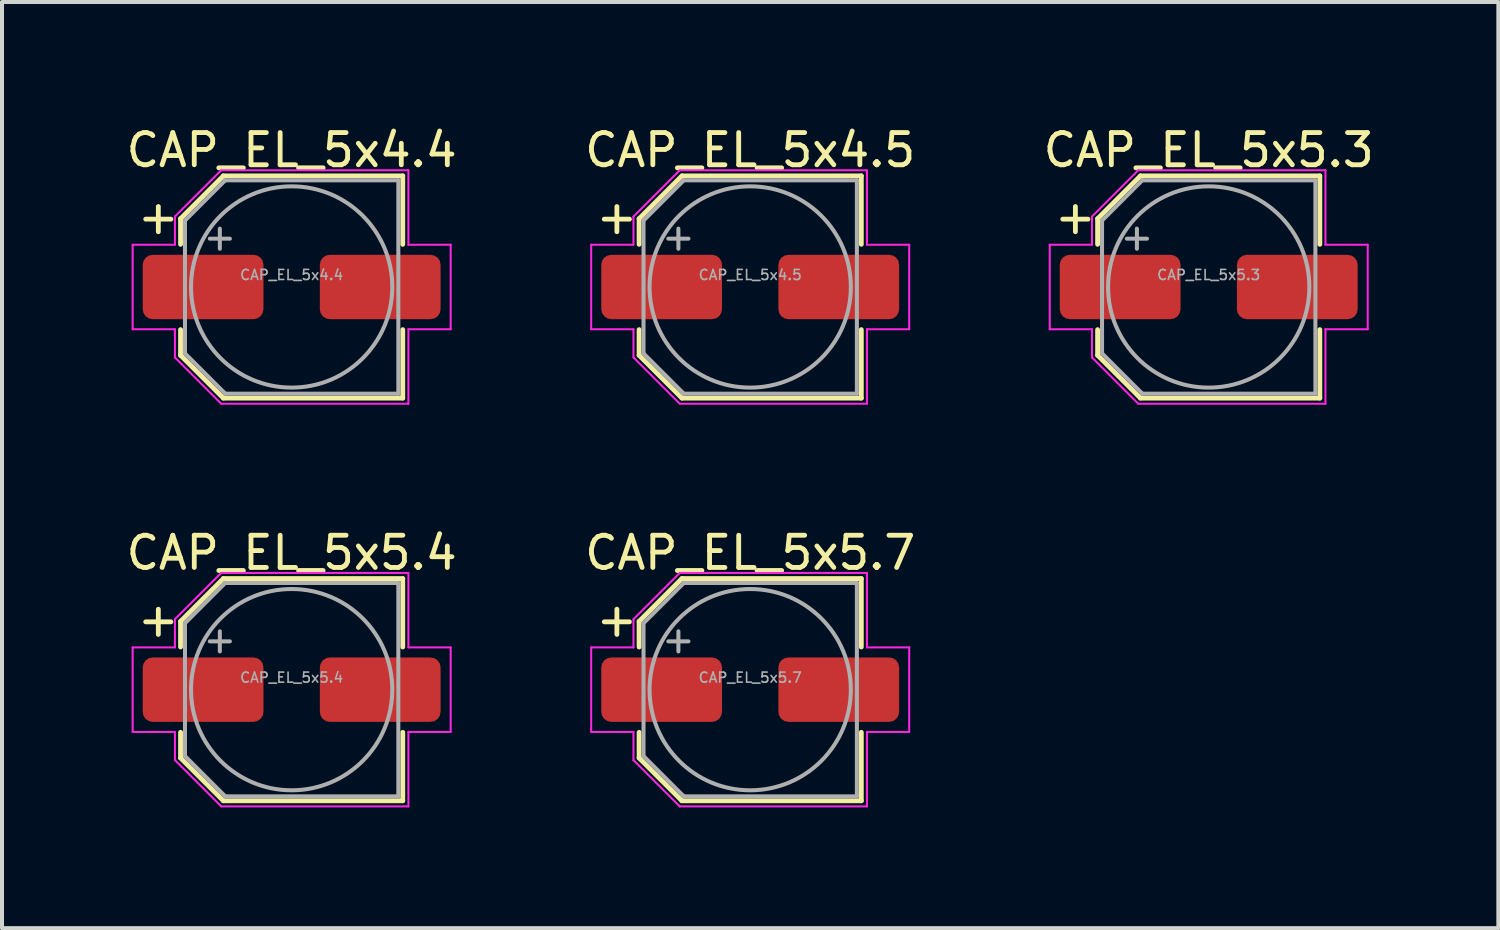
<source format=kicad_pcb>
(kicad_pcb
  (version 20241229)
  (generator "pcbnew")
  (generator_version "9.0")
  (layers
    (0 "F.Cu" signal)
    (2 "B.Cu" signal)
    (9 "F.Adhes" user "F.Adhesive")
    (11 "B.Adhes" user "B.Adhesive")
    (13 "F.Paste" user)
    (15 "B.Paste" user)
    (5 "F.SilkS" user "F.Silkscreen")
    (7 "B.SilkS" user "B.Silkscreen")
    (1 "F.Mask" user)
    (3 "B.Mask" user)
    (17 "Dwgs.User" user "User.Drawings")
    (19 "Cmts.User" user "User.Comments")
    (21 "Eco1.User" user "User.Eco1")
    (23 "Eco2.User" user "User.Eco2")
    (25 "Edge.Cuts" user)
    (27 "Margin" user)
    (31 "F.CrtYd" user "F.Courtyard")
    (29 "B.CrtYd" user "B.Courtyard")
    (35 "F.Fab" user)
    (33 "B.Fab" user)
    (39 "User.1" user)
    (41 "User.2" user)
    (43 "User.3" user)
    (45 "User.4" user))
  (footprint "CAP_EL_5x5.3"
    (layer "F.Cu")
    (at 26.976 4.079)
    (property "Reference" "CAP_EL_5x5.3" (at 0 -3.4 0) (layer "F.SilkS") (effects (font (size 0.8 0.8) (thickness 0.12))))
    (attr smd)
    (fp_line (start -3.625 -1.685) (end -3 -1.685) (stroke (width 0.12) (type solid)) (layer "F.SilkS"))
    (fp_line (start -3.312 -1.998) (end -3.312 -1.373) (stroke (width 0.12) (type solid)) (layer "F.SilkS"))
    (fp_line (start -2.76 -1.696) (end -2.76 -1.06) (stroke (width 0.12) (type solid)) (layer "F.SilkS"))
    (fp_line (start -2.76 -1.696) (end -1.696 -2.76) (stroke (width 0.12) (type solid)) (layer "F.SilkS"))
    (fp_line (start -2.76 1.696) (end -2.76 1.06) (stroke (width 0.12) (type solid)) (layer "F.SilkS"))
    (fp_line (start -2.76 1.696) (end -1.696 2.76) (stroke (width 0.12) (type solid)) (layer "F.SilkS"))
    (fp_line (start -1.696 -2.76) (end 2.76 -2.76) (stroke (width 0.12) (type solid)) (layer "F.SilkS"))
    (fp_line (start -1.696 2.76) (end 2.76 2.76) (stroke (width 0.12) (type solid)) (layer "F.SilkS"))
    (fp_line (start 2.76 -2.76) (end 2.76 -1.06) (stroke (width 0.12) (type solid)) (layer "F.SilkS"))
    (fp_line (start 2.76 2.76) (end 2.76 1.06) (stroke (width 0.12) (type solid)) (layer "F.SilkS"))
    (fp_line (start -3.95 -1.05) (end -3.95 1.05) (stroke (width 0.05) (type solid)) (layer "F.CrtYd"))
    (fp_line (start -3.95 1.05) (end -2.9 1.05) (stroke (width 0.05) (type solid)) (layer "F.CrtYd"))
    (fp_line (start -2.9 -1.75) (end -2.9 -1.05) (stroke (width 0.05) (type solid)) (layer "F.CrtYd"))
    (fp_line (start -2.9 -1.75) (end -1.75 -2.9) (stroke (width 0.05) (type solid)) (layer "F.CrtYd"))
    (fp_line (start -2.9 -1.05) (end -3.95 -1.05) (stroke (width 0.05) (type solid)) (layer "F.CrtYd"))
    (fp_line (start -2.9 1.05) (end -2.9 1.75) (stroke (width 0.05) (type solid)) (layer "F.CrtYd"))
    (fp_line (start -2.9 1.75) (end -1.75 2.9) (stroke (width 0.05) (type solid)) (layer "F.CrtYd"))
    (fp_line (start -1.75 -2.9) (end 2.9 -2.9) (stroke (width 0.05) (type solid)) (layer "F.CrtYd"))
    (fp_line (start -1.75 2.9) (end 2.9 2.9) (stroke (width 0.05) (type solid)) (layer "F.CrtYd"))
    (fp_line (start 2.9 -2.9) (end 2.9 -1.05) (stroke (width 0.05) (type solid)) (layer "F.CrtYd"))
    (fp_line (start 2.9 -1.05) (end 3.95 -1.05) (stroke (width 0.05) (type solid)) (layer "F.CrtYd"))
    (fp_line (start 2.9 1.05) (end 2.9 2.9) (stroke (width 0.05) (type solid)) (layer "F.CrtYd"))
    (fp_line (start 3.95 -1.05) (end 3.95 1.05) (stroke (width 0.05) (type solid)) (layer "F.CrtYd"))
    (fp_line (start 3.95 1.05) (end 2.9 1.05) (stroke (width 0.05) (type solid)) (layer "F.CrtYd"))
    (fp_line (start -2.65 -1.65) (end -2.65 1.65) (stroke (width 0.1) (type solid)) (layer "F.Fab"))
    (fp_line (start -2.65 -1.65) (end -1.65 -2.65) (stroke (width 0.1) (type solid)) (layer "F.Fab"))
    (fp_line (start -2.65 1.65) (end -1.65 2.65) (stroke (width 0.1) (type solid)) (layer "F.Fab"))
    (fp_line (start -2.034 -1.2) (end -1.534 -1.2) (stroke (width 0.1) (type solid)) (layer "F.Fab"))
    (fp_line (start -1.784 -1.45) (end -1.784 -0.95) (stroke (width 0.1) (type solid)) (layer "F.Fab"))
    (fp_line (start -1.65 -2.65) (end 2.65 -2.65) (stroke (width 0.1) (type solid)) (layer "F.Fab"))
    (fp_line (start -1.65 2.65) (end 2.65 2.65) (stroke (width 0.1) (type solid)) (layer "F.Fab"))
    (fp_line (start 2.65 -2.65) (end 2.65 2.65) (stroke (width 0.1) (type solid)) (layer "F.Fab"))
    (fp_circle (center 0 0) (end 2.5 0) (stroke (width 0.1) (type solid)) (fill no) (layer "F.Fab"))
    (fp_text user "${REFERENCE}" (at 0 -0.3 0) (layer "F.Fab") (effects (font (size 0.25 0.25) (thickness 0.04))))
    (pad "1" smd roundrect (at -2.2 0) (size 3 1.6) (layers "F.Cu" "F.Mask" "F.Paste") (roundrect_rratio 0.156))
    (pad "2" smd roundrect (at 2.2 0) (size 3 1.6) (layers "F.Cu" "F.Mask" "F.Paste") (roundrect_rratio 0.156)))
  (footprint "CAP_EL_5x5.7"
    (layer "F.Cu")
    (at 15.586 14.082)
    (property "Reference" "CAP_EL_5x5.7" (at 0 -3.4 0) (layer "F.SilkS") (effects (font (size 0.8 0.8) (thickness 0.12))))
    (attr smd)
    (fp_line (start -3.625 -1.685) (end -3 -1.685) (stroke (width 0.12) (type solid)) (layer "F.SilkS"))
    (fp_line (start -3.312 -1.998) (end -3.312 -1.373) (stroke (width 0.12) (type solid)) (layer "F.SilkS"))
    (fp_line (start -2.76 -1.696) (end -2.76 -1.06) (stroke (width 0.12) (type solid)) (layer "F.SilkS"))
    (fp_line (start -2.76 -1.696) (end -1.696 -2.76) (stroke (width 0.12) (type solid)) (layer "F.SilkS"))
    (fp_line (start -2.76 1.696) (end -2.76 1.06) (stroke (width 0.12) (type solid)) (layer "F.SilkS"))
    (fp_line (start -2.76 1.696) (end -1.696 2.76) (stroke (width 0.12) (type solid)) (layer "F.SilkS"))
    (fp_line (start -1.696 -2.76) (end 2.76 -2.76) (stroke (width 0.12) (type solid)) (layer "F.SilkS"))
    (fp_line (start -1.696 2.76) (end 2.76 2.76) (stroke (width 0.12) (type solid)) (layer "F.SilkS"))
    (fp_line (start 2.76 -2.76) (end 2.76 -1.06) (stroke (width 0.12) (type solid)) (layer "F.SilkS"))
    (fp_line (start 2.76 2.76) (end 2.76 1.06) (stroke (width 0.12) (type solid)) (layer "F.SilkS"))
    (fp_line (start -3.95 -1.05) (end -3.95 1.05) (stroke (width 0.05) (type solid)) (layer "F.CrtYd"))
    (fp_line (start -3.95 1.05) (end -2.9 1.05) (stroke (width 0.05) (type solid)) (layer "F.CrtYd"))
    (fp_line (start -2.9 -1.75) (end -2.9 -1.05) (stroke (width 0.05) (type solid)) (layer "F.CrtYd"))
    (fp_line (start -2.9 -1.75) (end -1.75 -2.9) (stroke (width 0.05) (type solid)) (layer "F.CrtYd"))
    (fp_line (start -2.9 -1.05) (end -3.95 -1.05) (stroke (width 0.05) (type solid)) (layer "F.CrtYd"))
    (fp_line (start -2.9 1.05) (end -2.9 1.75) (stroke (width 0.05) (type solid)) (layer "F.CrtYd"))
    (fp_line (start -2.9 1.75) (end -1.75 2.9) (stroke (width 0.05) (type solid)) (layer "F.CrtYd"))
    (fp_line (start -1.75 -2.9) (end 2.9 -2.9) (stroke (width 0.05) (type solid)) (layer "F.CrtYd"))
    (fp_line (start -1.75 2.9) (end 2.9 2.9) (stroke (width 0.05) (type solid)) (layer "F.CrtYd"))
    (fp_line (start 2.9 -2.9) (end 2.9 -1.05) (stroke (width 0.05) (type solid)) (layer "F.CrtYd"))
    (fp_line (start 2.9 -1.05) (end 3.95 -1.05) (stroke (width 0.05) (type solid)) (layer "F.CrtYd"))
    (fp_line (start 2.9 1.05) (end 2.9 2.9) (stroke (width 0.05) (type solid)) (layer "F.CrtYd"))
    (fp_line (start 3.95 -1.05) (end 3.95 1.05) (stroke (width 0.05) (type solid)) (layer "F.CrtYd"))
    (fp_line (start 3.95 1.05) (end 2.9 1.05) (stroke (width 0.05) (type solid)) (layer "F.CrtYd"))
    (fp_line (start -2.65 -1.65) (end -2.65 1.65) (stroke (width 0.1) (type solid)) (layer "F.Fab"))
    (fp_line (start -2.65 -1.65) (end -1.65 -2.65) (stroke (width 0.1) (type solid)) (layer "F.Fab"))
    (fp_line (start -2.65 1.65) (end -1.65 2.65) (stroke (width 0.1) (type solid)) (layer "F.Fab"))
    (fp_line (start -2.034 -1.2) (end -1.534 -1.2) (stroke (width 0.1) (type solid)) (layer "F.Fab"))
    (fp_line (start -1.784 -1.45) (end -1.784 -0.95) (stroke (width 0.1) (type solid)) (layer "F.Fab"))
    (fp_line (start -1.65 -2.65) (end 2.65 -2.65) (stroke (width 0.1) (type solid)) (layer "F.Fab"))
    (fp_line (start -1.65 2.65) (end 2.65 2.65) (stroke (width 0.1) (type solid)) (layer "F.Fab"))
    (fp_line (start 2.65 -2.65) (end 2.65 2.65) (stroke (width 0.1) (type solid)) (layer "F.Fab"))
    (fp_circle (center 0 0) (end 2.5 0) (stroke (width 0.1) (type solid)) (fill no) (layer "F.Fab"))
    (fp_text user "${REFERENCE}" (at 0 -0.3 0) (layer "F.Fab") (effects (font (size 0.25 0.25) (thickness 0.04))))
    (pad "1" smd roundrect (at -2.2 0) (size 3 1.6) (layers "F.Cu" "F.Mask" "F.Paste") (roundrect_rratio 0.156))
    (pad "2" smd roundrect (at 2.2 0) (size 3 1.6) (layers "F.Cu" "F.Mask" "F.Paste") (roundrect_rratio 0.156)))
  (footprint "CAP_EL_5x4.4"
    (layer "F.Cu")
    (at 4.195 4.079)
    (property "Reference" "CAP_EL_5x4.4" (at 0 -3.4 0) (layer "F.SilkS") (effects (font (size 0.8 0.8) (thickness 0.12))))
    (attr smd)
    (fp_line (start -3.625 -1.685) (end -3 -1.685) (stroke (width 0.12) (type solid)) (layer "F.SilkS"))
    (fp_line (start -3.312 -1.998) (end -3.312 -1.373) (stroke (width 0.12) (type solid)) (layer "F.SilkS"))
    (fp_line (start -2.76 -1.696) (end -2.76 -1.06) (stroke (width 0.12) (type solid)) (layer "F.SilkS"))
    (fp_line (start -2.76 -1.696) (end -1.696 -2.76) (stroke (width 0.12) (type solid)) (layer "F.SilkS"))
    (fp_line (start -2.76 1.696) (end -2.76 1.06) (stroke (width 0.12) (type solid)) (layer "F.SilkS"))
    (fp_line (start -2.76 1.696) (end -1.696 2.76) (stroke (width 0.12) (type solid)) (layer "F.SilkS"))
    (fp_line (start -1.696 -2.76) (end 2.76 -2.76) (stroke (width 0.12) (type solid)) (layer "F.SilkS"))
    (fp_line (start -1.696 2.76) (end 2.76 2.76) (stroke (width 0.12) (type solid)) (layer "F.SilkS"))
    (fp_line (start 2.76 -2.76) (end 2.76 -1.06) (stroke (width 0.12) (type solid)) (layer "F.SilkS"))
    (fp_line (start 2.76 2.76) (end 2.76 1.06) (stroke (width 0.12) (type solid)) (layer "F.SilkS"))
    (fp_line (start -3.95 -1.05) (end -3.95 1.05) (stroke (width 0.05) (type solid)) (layer "F.CrtYd"))
    (fp_line (start -3.95 1.05) (end -2.9 1.05) (stroke (width 0.05) (type solid)) (layer "F.CrtYd"))
    (fp_line (start -2.9 -1.75) (end -2.9 -1.05) (stroke (width 0.05) (type solid)) (layer "F.CrtYd"))
    (fp_line (start -2.9 -1.75) (end -1.75 -2.9) (stroke (width 0.05) (type solid)) (layer "F.CrtYd"))
    (fp_line (start -2.9 -1.05) (end -3.95 -1.05) (stroke (width 0.05) (type solid)) (layer "F.CrtYd"))
    (fp_line (start -2.9 1.05) (end -2.9 1.75) (stroke (width 0.05) (type solid)) (layer "F.CrtYd"))
    (fp_line (start -2.9 1.75) (end -1.75 2.9) (stroke (width 0.05) (type solid)) (layer "F.CrtYd"))
    (fp_line (start -1.75 -2.9) (end 2.9 -2.9) (stroke (width 0.05) (type solid)) (layer "F.CrtYd"))
    (fp_line (start -1.75 2.9) (end 2.9 2.9) (stroke (width 0.05) (type solid)) (layer "F.CrtYd"))
    (fp_line (start 2.9 -2.9) (end 2.9 -1.05) (stroke (width 0.05) (type solid)) (layer "F.CrtYd"))
    (fp_line (start 2.9 -1.05) (end 3.95 -1.05) (stroke (width 0.05) (type solid)) (layer "F.CrtYd"))
    (fp_line (start 2.9 1.05) (end 2.9 2.9) (stroke (width 0.05) (type solid)) (layer "F.CrtYd"))
    (fp_line (start 3.95 -1.05) (end 3.95 1.05) (stroke (width 0.05) (type solid)) (layer "F.CrtYd"))
    (fp_line (start 3.95 1.05) (end 2.9 1.05) (stroke (width 0.05) (type solid)) (layer "F.CrtYd"))
    (fp_line (start -2.65 -1.65) (end -2.65 1.65) (stroke (width 0.1) (type solid)) (layer "F.Fab"))
    (fp_line (start -2.65 -1.65) (end -1.65 -2.65) (stroke (width 0.1) (type solid)) (layer "F.Fab"))
    (fp_line (start -2.65 1.65) (end -1.65 2.65) (stroke (width 0.1) (type solid)) (layer "F.Fab"))
    (fp_line (start -2.034 -1.2) (end -1.534 -1.2) (stroke (width 0.1) (type solid)) (layer "F.Fab"))
    (fp_line (start -1.784 -1.45) (end -1.784 -0.95) (stroke (width 0.1) (type solid)) (layer "F.Fab"))
    (fp_line (start -1.65 -2.65) (end 2.65 -2.65) (stroke (width 0.1) (type solid)) (layer "F.Fab"))
    (fp_line (start -1.65 2.65) (end 2.65 2.65) (stroke (width 0.1) (type solid)) (layer "F.Fab"))
    (fp_line (start 2.65 -2.65) (end 2.65 2.65) (stroke (width 0.1) (type solid)) (layer "F.Fab"))
    (fp_circle (center 0 0) (end 2.5 0) (stroke (width 0.1) (type solid)) (fill no) (layer "F.Fab"))
    (fp_text user "${REFERENCE}" (at 0 -0.3 0) (layer "F.Fab") (effects (font (size 0.25 0.25) (thickness 0.04))))
    (pad "1" smd roundrect (at -2.2 0) (size 3 1.6) (layers "F.Cu" "F.Mask" "F.Paste") (roundrect_rratio 0.156))
    (pad "2" smd roundrect (at 2.2 0) (size 3 1.6) (layers "F.Cu" "F.Mask" "F.Paste") (roundrect_rratio 0.156)))
  (footprint "CAP_EL_5x4.5"
    (layer "F.Cu")
    (at 15.586 4.079)
    (property "Reference" "CAP_EL_5x4.5" (at 0 -3.4 0) (layer "F.SilkS") (effects (font (size 0.8 0.8) (thickness 0.12))))
    (attr smd)
    (fp_line (start -3.625 -1.685) (end -3 -1.685) (stroke (width 0.12) (type solid)) (layer "F.SilkS"))
    (fp_line (start -3.312 -1.998) (end -3.312 -1.373) (stroke (width 0.12) (type solid)) (layer "F.SilkS"))
    (fp_line (start -2.76 -1.696) (end -2.76 -1.06) (stroke (width 0.12) (type solid)) (layer "F.SilkS"))
    (fp_line (start -2.76 -1.696) (end -1.696 -2.76) (stroke (width 0.12) (type solid)) (layer "F.SilkS"))
    (fp_line (start -2.76 1.696) (end -2.76 1.06) (stroke (width 0.12) (type solid)) (layer "F.SilkS"))
    (fp_line (start -2.76 1.696) (end -1.696 2.76) (stroke (width 0.12) (type solid)) (layer "F.SilkS"))
    (fp_line (start -1.696 -2.76) (end 2.76 -2.76) (stroke (width 0.12) (type solid)) (layer "F.SilkS"))
    (fp_line (start -1.696 2.76) (end 2.76 2.76) (stroke (width 0.12) (type solid)) (layer "F.SilkS"))
    (fp_line (start 2.76 -2.76) (end 2.76 -1.06) (stroke (width 0.12) (type solid)) (layer "F.SilkS"))
    (fp_line (start 2.76 2.76) (end 2.76 1.06) (stroke (width 0.12) (type solid)) (layer "F.SilkS"))
    (fp_line (start -3.95 -1.05) (end -3.95 1.05) (stroke (width 0.05) (type solid)) (layer "F.CrtYd"))
    (fp_line (start -3.95 1.05) (end -2.9 1.05) (stroke (width 0.05) (type solid)) (layer "F.CrtYd"))
    (fp_line (start -2.9 -1.75) (end -2.9 -1.05) (stroke (width 0.05) (type solid)) (layer "F.CrtYd"))
    (fp_line (start -2.9 -1.75) (end -1.75 -2.9) (stroke (width 0.05) (type solid)) (layer "F.CrtYd"))
    (fp_line (start -2.9 -1.05) (end -3.95 -1.05) (stroke (width 0.05) (type solid)) (layer "F.CrtYd"))
    (fp_line (start -2.9 1.05) (end -2.9 1.75) (stroke (width 0.05) (type solid)) (layer "F.CrtYd"))
    (fp_line (start -2.9 1.75) (end -1.75 2.9) (stroke (width 0.05) (type solid)) (layer "F.CrtYd"))
    (fp_line (start -1.75 -2.9) (end 2.9 -2.9) (stroke (width 0.05) (type solid)) (layer "F.CrtYd"))
    (fp_line (start -1.75 2.9) (end 2.9 2.9) (stroke (width 0.05) (type solid)) (layer "F.CrtYd"))
    (fp_line (start 2.9 -2.9) (end 2.9 -1.05) (stroke (width 0.05) (type solid)) (layer "F.CrtYd"))
    (fp_line (start 2.9 -1.05) (end 3.95 -1.05) (stroke (width 0.05) (type solid)) (layer "F.CrtYd"))
    (fp_line (start 2.9 1.05) (end 2.9 2.9) (stroke (width 0.05) (type solid)) (layer "F.CrtYd"))
    (fp_line (start 3.95 -1.05) (end 3.95 1.05) (stroke (width 0.05) (type solid)) (layer "F.CrtYd"))
    (fp_line (start 3.95 1.05) (end 2.9 1.05) (stroke (width 0.05) (type solid)) (layer "F.CrtYd"))
    (fp_line (start -2.65 -1.65) (end -2.65 1.65) (stroke (width 0.1) (type solid)) (layer "F.Fab"))
    (fp_line (start -2.65 -1.65) (end -1.65 -2.65) (stroke (width 0.1) (type solid)) (layer "F.Fab"))
    (fp_line (start -2.65 1.65) (end -1.65 2.65) (stroke (width 0.1) (type solid)) (layer "F.Fab"))
    (fp_line (start -2.034 -1.2) (end -1.534 -1.2) (stroke (width 0.1) (type solid)) (layer "F.Fab"))
    (fp_line (start -1.784 -1.45) (end -1.784 -0.95) (stroke (width 0.1) (type solid)) (layer "F.Fab"))
    (fp_line (start -1.65 -2.65) (end 2.65 -2.65) (stroke (width 0.1) (type solid)) (layer "F.Fab"))
    (fp_line (start -1.65 2.65) (end 2.65 2.65) (stroke (width 0.1) (type solid)) (layer "F.Fab"))
    (fp_line (start 2.65 -2.65) (end 2.65 2.65) (stroke (width 0.1) (type solid)) (layer "F.Fab"))
    (fp_circle (center 0 0) (end 2.5 0) (stroke (width 0.1) (type solid)) (fill no) (layer "F.Fab"))
    (fp_text user "${REFERENCE}" (at 0 -0.3 0) (layer "F.Fab") (effects (font (size 0.25 0.25) (thickness 0.04))))
    (pad "1" smd roundrect (at -2.2 0) (size 3 1.6) (layers "F.Cu" "F.Mask" "F.Paste") (roundrect_rratio 0.156))
    (pad "2" smd roundrect (at 2.2 0) (size 3 1.6) (layers "F.Cu" "F.Mask" "F.Paste") (roundrect_rratio 0.156)))
  (footprint "CAP_EL_5x5.4"
    (layer "F.Cu")
    (at 4.195 14.082)
    (property "Reference" "CAP_EL_5x5.4" (at 0 -3.4 0) (layer "F.SilkS") (effects (font (size 0.8 0.8) (thickness 0.12))))
    (attr smd)
    (fp_line (start -3.625 -1.685) (end -3 -1.685) (stroke (width 0.12) (type solid)) (layer "F.SilkS"))
    (fp_line (start -3.312 -1.998) (end -3.312 -1.373) (stroke (width 0.12) (type solid)) (layer "F.SilkS"))
    (fp_line (start -2.76 -1.696) (end -2.76 -1.06) (stroke (width 0.12) (type solid)) (layer "F.SilkS"))
    (fp_line (start -2.76 -1.696) (end -1.696 -2.76) (stroke (width 0.12) (type solid)) (layer "F.SilkS"))
    (fp_line (start -2.76 1.696) (end -2.76 1.06) (stroke (width 0.12) (type solid)) (layer "F.SilkS"))
    (fp_line (start -2.76 1.696) (end -1.696 2.76) (stroke (width 0.12) (type solid)) (layer "F.SilkS"))
    (fp_line (start -1.696 -2.76) (end 2.76 -2.76) (stroke (width 0.12) (type solid)) (layer "F.SilkS"))
    (fp_line (start -1.696 2.76) (end 2.76 2.76) (stroke (width 0.12) (type solid)) (layer "F.SilkS"))
    (fp_line (start 2.76 -2.76) (end 2.76 -1.06) (stroke (width 0.12) (type solid)) (layer "F.SilkS"))
    (fp_line (start 2.76 2.76) (end 2.76 1.06) (stroke (width 0.12) (type solid)) (layer "F.SilkS"))
    (fp_line (start -3.95 -1.05) (end -3.95 1.05) (stroke (width 0.05) (type solid)) (layer "F.CrtYd"))
    (fp_line (start -3.95 1.05) (end -2.9 1.05) (stroke (width 0.05) (type solid)) (layer "F.CrtYd"))
    (fp_line (start -2.9 -1.75) (end -2.9 -1.05) (stroke (width 0.05) (type solid)) (layer "F.CrtYd"))
    (fp_line (start -2.9 -1.75) (end -1.75 -2.9) (stroke (width 0.05) (type solid)) (layer "F.CrtYd"))
    (fp_line (start -2.9 -1.05) (end -3.95 -1.05) (stroke (width 0.05) (type solid)) (layer "F.CrtYd"))
    (fp_line (start -2.9 1.05) (end -2.9 1.75) (stroke (width 0.05) (type solid)) (layer "F.CrtYd"))
    (fp_line (start -2.9 1.75) (end -1.75 2.9) (stroke (width 0.05) (type solid)) (layer "F.CrtYd"))
    (fp_line (start -1.75 -2.9) (end 2.9 -2.9) (stroke (width 0.05) (type solid)) (layer "F.CrtYd"))
    (fp_line (start -1.75 2.9) (end 2.9 2.9) (stroke (width 0.05) (type solid)) (layer "F.CrtYd"))
    (fp_line (start 2.9 -2.9) (end 2.9 -1.05) (stroke (width 0.05) (type solid)) (layer "F.CrtYd"))
    (fp_line (start 2.9 -1.05) (end 3.95 -1.05) (stroke (width 0.05) (type solid)) (layer "F.CrtYd"))
    (fp_line (start 2.9 1.05) (end 2.9 2.9) (stroke (width 0.05) (type solid)) (layer "F.CrtYd"))
    (fp_line (start 3.95 -1.05) (end 3.95 1.05) (stroke (width 0.05) (type solid)) (layer "F.CrtYd"))
    (fp_line (start 3.95 1.05) (end 2.9 1.05) (stroke (width 0.05) (type solid)) (layer "F.CrtYd"))
    (fp_line (start -2.65 -1.65) (end -2.65 1.65) (stroke (width 0.1) (type solid)) (layer "F.Fab"))
    (fp_line (start -2.65 -1.65) (end -1.65 -2.65) (stroke (width 0.1) (type solid)) (layer "F.Fab"))
    (fp_line (start -2.65 1.65) (end -1.65 2.65) (stroke (width 0.1) (type solid)) (layer "F.Fab"))
    (fp_line (start -2.034 -1.2) (end -1.534 -1.2) (stroke (width 0.1) (type solid)) (layer "F.Fab"))
    (fp_line (start -1.784 -1.45) (end -1.784 -0.95) (stroke (width 0.1) (type solid)) (layer "F.Fab"))
    (fp_line (start -1.65 -2.65) (end 2.65 -2.65) (stroke (width 0.1) (type solid)) (layer "F.Fab"))
    (fp_line (start -1.65 2.65) (end 2.65 2.65) (stroke (width 0.1) (type solid)) (layer "F.Fab"))
    (fp_line (start 2.65 -2.65) (end 2.65 2.65) (stroke (width 0.1) (type solid)) (layer "F.Fab"))
    (fp_circle (center 0 0) (end 2.5 0) (stroke (width 0.1) (type solid)) (fill no) (layer "F.Fab"))
    (fp_text user "${REFERENCE}" (at 0 -0.3 0) (layer "F.Fab") (effects (font (size 0.25 0.25) (thickness 0.04))))
    (pad "1" smd roundrect (at -2.2 0) (size 3 1.6) (layers "F.Cu" "F.Mask" "F.Paste") (roundrect_rratio 0.156))
    (pad "2" smd roundrect (at 2.2 0) (size 3 1.6) (layers "F.Cu" "F.Mask" "F.Paste") (roundrect_rratio 0.156)))
  (gr_rect
    (start -3 -3)
    (end 34.171 20.007)
    (stroke (width 0.1) (type default))
    (fill no)
    (layer "Edge.Cuts")))
</source>
